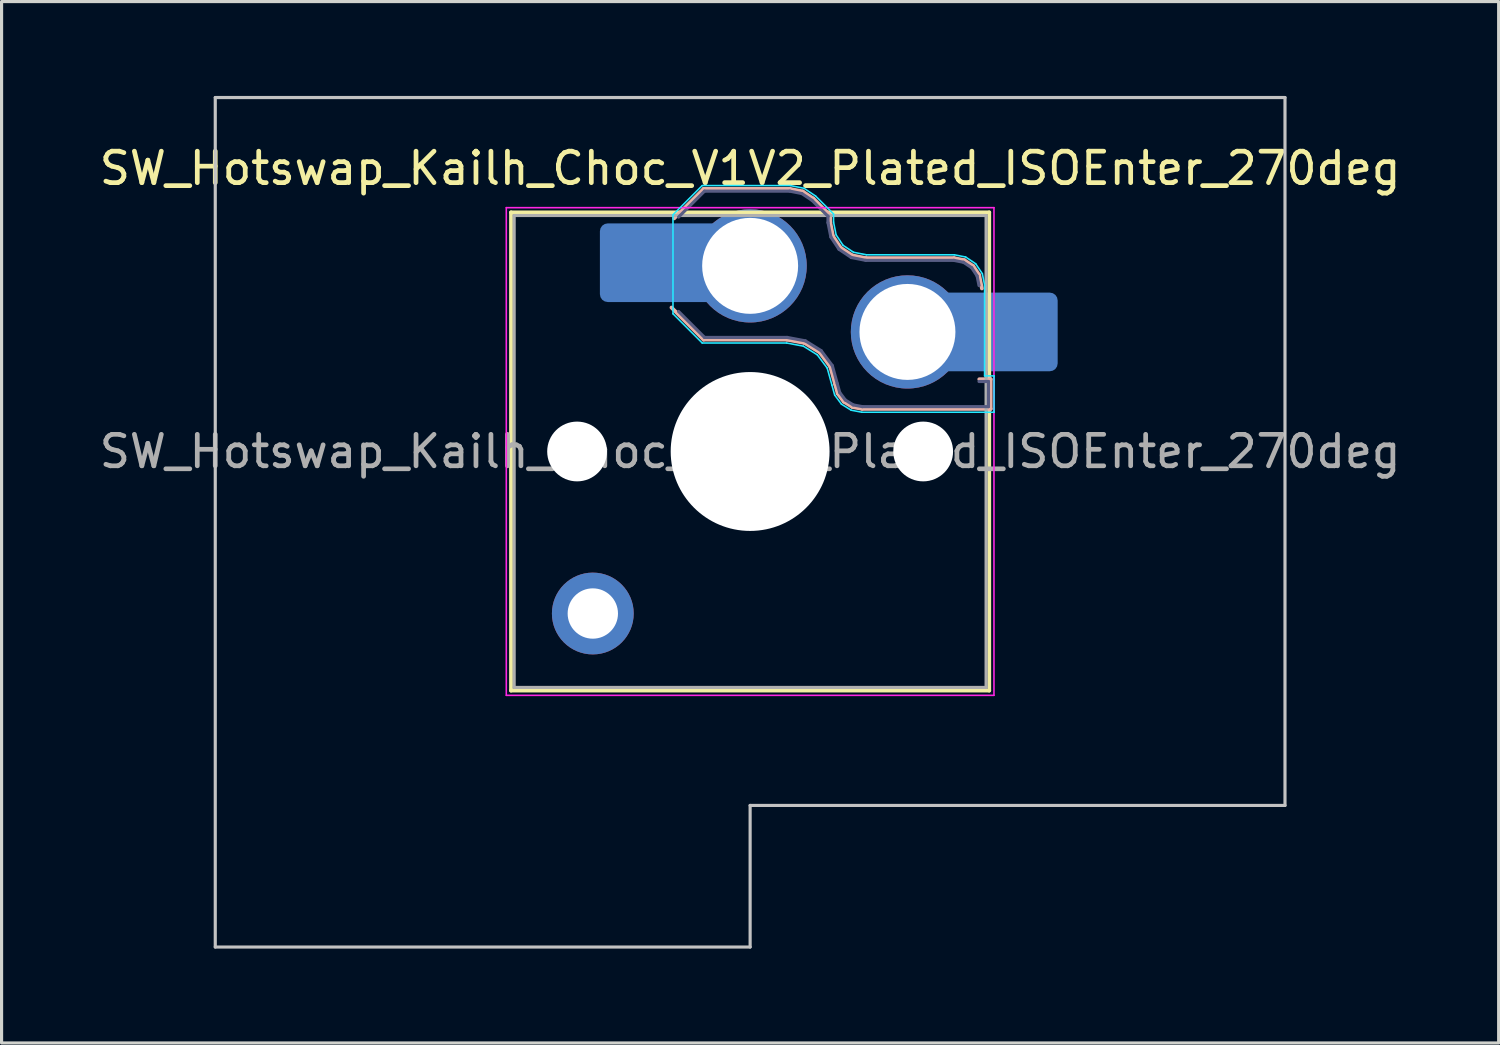
<source format=kicad_pcb>
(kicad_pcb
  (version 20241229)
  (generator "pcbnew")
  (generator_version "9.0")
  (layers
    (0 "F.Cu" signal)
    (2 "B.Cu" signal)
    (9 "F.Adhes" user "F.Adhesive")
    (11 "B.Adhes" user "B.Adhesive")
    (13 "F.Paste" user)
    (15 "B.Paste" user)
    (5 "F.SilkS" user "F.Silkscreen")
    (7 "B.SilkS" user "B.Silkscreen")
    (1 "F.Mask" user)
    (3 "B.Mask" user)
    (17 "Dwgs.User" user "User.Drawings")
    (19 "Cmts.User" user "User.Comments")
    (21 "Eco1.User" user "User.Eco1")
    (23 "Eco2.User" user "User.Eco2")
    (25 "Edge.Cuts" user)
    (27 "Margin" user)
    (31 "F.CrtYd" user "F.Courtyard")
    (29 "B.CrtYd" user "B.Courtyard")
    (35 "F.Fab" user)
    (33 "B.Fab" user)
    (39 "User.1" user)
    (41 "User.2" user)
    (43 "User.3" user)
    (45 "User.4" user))
  (footprint "SW_Hotswap_Kailh_Choc_V1V2_Plated_ISOEnter_270deg"
    (layer "F.Cu")
    (at 20.792 11.3)
    (property "Reference" "SW_Hotswap_Kailh_Choc_V1V2_Plated_ISOEnter_270deg" (at 0 -9 0) (layer "F.SilkS") (effects (font (size 1 1) (thickness 0.15))))
    (attr smd)
    (fp_line (start -7.6 -7.6) (end -7.6 7.6) (stroke (width 0.12) (type solid)) (layer "F.SilkS"))
    (fp_line (start -7.6 7.6) (end 7.6 7.6) (stroke (width 0.12) (type solid)) (layer "F.SilkS"))
    (fp_line (start 7.6 -7.6) (end -7.6 -7.6) (stroke (width 0.12) (type solid)) (layer "F.SilkS"))
    (fp_line (start 7.6 7.6) (end 7.6 -7.6) (stroke (width 0.12) (type solid)) (layer "F.SilkS"))
    (fp_line (start -2.416 -7.409) (end -1.479 -8.346) (stroke (width 0.12) (type solid)) (layer "B.SilkS"))
    (fp_line (start -1.479 -8.346) (end 1.268 -8.346) (stroke (width 0.12) (type solid)) (layer "B.SilkS"))
    (fp_line (start -1.479 -3.554) (end -2.5 -4.575) (stroke (width 0.12) (type solid)) (layer "B.SilkS"))
    (fp_line (start 1.168 -3.554) (end -1.479 -3.554) (stroke (width 0.12) (type solid)) (layer "B.SilkS"))
    (fp_line (start 1.268 -8.346) (end 1.671 -8.266) (stroke (width 0.12) (type solid)) (layer "B.SilkS"))
    (fp_line (start 1.671 -8.266) (end 2.013 -8.037) (stroke (width 0.12) (type solid)) (layer "B.SilkS"))
    (fp_line (start 1.73 -3.449) (end 1.168 -3.554) (stroke (width 0.12) (type solid)) (layer "B.SilkS"))
    (fp_line (start 2.013 -8.037) (end 2.546 -7.504) (stroke (width 0.12) (type solid)) (layer "B.SilkS"))
    (fp_line (start 2.209 -3.15) (end 1.73 -3.449) (stroke (width 0.12) (type solid)) (layer "B.SilkS"))
    (fp_line (start 2.546 -7.504) (end 2.546 -7.282) (stroke (width 0.12) (type solid)) (layer "B.SilkS"))
    (fp_line (start 2.546 -7.282) (end 2.633 -6.844) (stroke (width 0.12) (type solid)) (layer "B.SilkS"))
    (fp_line (start 2.547 -2.697) (end 2.209 -3.15) (stroke (width 0.12) (type solid)) (layer "B.SilkS"))
    (fp_line (start 2.633 -6.844) (end 2.877 -6.477) (stroke (width 0.12) (type solid)) (layer "B.SilkS"))
    (fp_line (start 2.701 -2.139) (end 2.547 -2.697) (stroke (width 0.12) (type solid)) (layer "B.SilkS"))
    (fp_line (start 2.783 -1.841) (end 2.701 -2.139) (stroke (width 0.12) (type solid)) (layer "B.SilkS"))
    (fp_line (start 2.877 -6.477) (end 3.244 -6.233) (stroke (width 0.12) (type solid)) (layer "B.SilkS"))
    (fp_line (start 2.976 -1.583) (end 2.783 -1.841) (stroke (width 0.12) (type solid)) (layer "B.SilkS"))
    (fp_line (start 3.244 -6.233) (end 3.682 -6.146) (stroke (width 0.12) (type solid)) (layer "B.SilkS"))
    (fp_line (start 3.25 -1.413) (end 2.976 -1.583) (stroke (width 0.12) (type solid)) (layer "B.SilkS"))
    (fp_line (start 3.56 -1.354) (end 3.25 -1.413) (stroke (width 0.12) (type solid)) (layer "B.SilkS"))
    (fp_line (start 3.682 -6.146) (end 6.482 -6.146) (stroke (width 0.12) (type solid)) (layer "B.SilkS"))
    (fp_line (start 6.482 -6.146) (end 6.809 -6.081) (stroke (width 0.12) (type solid)) (layer "B.SilkS"))
    (fp_line (start 6.809 -6.081) (end 7.092 -5.892) (stroke (width 0.12) (type solid)) (layer "B.SilkS"))
    (fp_line (start 7.092 -5.892) (end 7.281 -5.609) (stroke (width 0.12) (type solid)) (layer "B.SilkS"))
    (fp_line (start 7.281 -5.609) (end 7.366 -5.182) (stroke (width 0.12) (type solid)) (layer "B.SilkS"))
    (fp_line (start 7.283 -2.296) (end 7.646 -2.296) (stroke (width 0.12) (type solid)) (layer "B.SilkS"))
    (fp_line (start 7.646 -2.296) (end 7.646 -1.354) (stroke (width 0.12) (type solid)) (layer "B.SilkS"))
    (fp_line (start 7.646 -1.354) (end 3.56 -1.354) (stroke (width 0.12) (type solid)) (layer "B.SilkS"))
    (fp_line (start -17 -11.25) (end -17 15.75) (stroke (width 0.1) (type solid)) (layer "Dwgs.User"))
    (fp_line (start -17 15.75) (end 0 15.75) (stroke (width 0.1) (type solid)) (layer "Dwgs.User"))
    (fp_line (start 0 11.25) (end 17 11.25) (stroke (width 0.1) (type solid)) (layer "Dwgs.User"))
    (fp_line (start 0 15.75) (end 0 11.25) (stroke (width 0.1) (type solid)) (layer "Dwgs.User"))
    (fp_line (start 17 -11.25) (end -17 -11.25) (stroke (width 0.1) (type solid)) (layer "Dwgs.User"))
    (fp_line (start 17 11.25) (end 17 -11.25) (stroke (width 0.1) (type solid)) (layer "Dwgs.User"))
    (fp_line (start -7.25 -7.25) (end -7.25 7.25) (stroke (width 0.1) (type solid)) (layer "Eco1.User"))
    (fp_line (start -7.25 7.25) (end 7.25 7.25) (stroke (width 0.1) (type solid)) (layer "Eco1.User"))
    (fp_line (start 7.25 -7.25) (end -7.25 -7.25) (stroke (width 0.1) (type solid)) (layer "Eco1.User"))
    (fp_line (start 7.25 7.25) (end 7.25 -7.25) (stroke (width 0.1) (type solid)) (layer "Eco1.User"))
    (fp_line (start -2.452 -7.523) (end -1.523 -8.452) (stroke (width 0.05) (type solid)) (layer "B.CrtYd"))
    (fp_line (start -2.452 -4.377) (end -2.452 -7.523) (stroke (width 0.05) (type solid)) (layer "B.CrtYd"))
    (fp_line (start -1.523 -8.452) (end 1.278 -8.452) (stroke (width 0.05) (type solid)) (layer "B.CrtYd"))
    (fp_line (start -1.523 -3.448) (end -2.452 -4.377) (stroke (width 0.05) (type solid)) (layer "B.CrtYd"))
    (fp_line (start 1.159 -3.448) (end -1.523 -3.448) (stroke (width 0.05) (type solid)) (layer "B.CrtYd"))
    (fp_line (start 1.278 -8.452) (end 1.712 -8.366) (stroke (width 0.05) (type solid)) (layer "B.CrtYd"))
    (fp_line (start 1.691 -3.348) (end 1.159 -3.448) (stroke (width 0.05) (type solid)) (layer "B.CrtYd"))
    (fp_line (start 1.712 -8.366) (end 2.081 -8.119) (stroke (width 0.05) (type solid)) (layer "B.CrtYd"))
    (fp_line (start 2.081 -8.119) (end 2.652 -7.548) (stroke (width 0.05) (type solid)) (layer "B.CrtYd"))
    (fp_line (start 2.136 -3.071) (end 1.691 -3.348) (stroke (width 0.05) (type solid)) (layer "B.CrtYd"))
    (fp_line (start 2.45 -2.65) (end 2.136 -3.071) (stroke (width 0.05) (type solid)) (layer "B.CrtYd"))
    (fp_line (start 2.599 -2.111) (end 2.45 -2.65) (stroke (width 0.05) (type solid)) (layer "B.CrtYd"))
    (fp_line (start 2.652 -7.548) (end 2.652 -7.292) (stroke (width 0.05) (type solid)) (layer "B.CrtYd"))
    (fp_line (start 2.652 -7.292) (end 2.733 -6.885) (stroke (width 0.05) (type solid)) (layer "B.CrtYd"))
    (fp_line (start 2.687 -1.794) (end 2.599 -2.111) (stroke (width 0.05) (type solid)) (layer "B.CrtYd"))
    (fp_line (start 2.733 -6.885) (end 2.953 -6.553) (stroke (width 0.05) (type solid)) (layer "B.CrtYd"))
    (fp_line (start 2.903 -1.503) (end 2.687 -1.794) (stroke (width 0.05) (type solid)) (layer "B.CrtYd"))
    (fp_line (start 2.953 -6.553) (end 3.285 -6.333) (stroke (width 0.05) (type solid)) (layer "B.CrtYd"))
    (fp_line (start 3.211 -1.312) (end 2.903 -1.503) (stroke (width 0.05) (type solid)) (layer "B.CrtYd"))
    (fp_line (start 3.285 -6.333) (end 3.692 -6.252) (stroke (width 0.05) (type solid)) (layer "B.CrtYd"))
    (fp_line (start 3.55 -1.248) (end 3.211 -1.312) (stroke (width 0.05) (type solid)) (layer "B.CrtYd"))
    (fp_line (start 3.692 -6.252) (end 6.492 -6.252) (stroke (width 0.05) (type solid)) (layer "B.CrtYd"))
    (fp_line (start 6.492 -6.252) (end 6.85 -6.181) (stroke (width 0.05) (type solid)) (layer "B.CrtYd"))
    (fp_line (start 6.85 -6.181) (end 7.168 -5.968) (stroke (width 0.05) (type solid)) (layer "B.CrtYd"))
    (fp_line (start 7.168 -5.968) (end 7.381 -5.65) (stroke (width 0.05) (type solid)) (layer "B.CrtYd"))
    (fp_line (start 7.381 -5.65) (end 7.452 -5.292) (stroke (width 0.05) (type solid)) (layer "B.CrtYd"))
    (fp_line (start 7.452 -5.292) (end 7.452 -2.402) (stroke (width 0.05) (type solid)) (layer "B.CrtYd"))
    (fp_line (start 7.452 -2.402) (end 7.752 -2.402) (stroke (width 0.05) (type solid)) (layer "B.CrtYd"))
    (fp_line (start 7.752 -2.402) (end 7.752 -1.248) (stroke (width 0.05) (type solid)) (layer "B.CrtYd"))
    (fp_line (start 7.752 -1.248) (end 3.55 -1.248) (stroke (width 0.05) (type solid)) (layer "B.CrtYd"))
    (fp_line (start -7.75 -7.75) (end -7.75 7.75) (stroke (width 0.05) (type solid)) (layer "F.CrtYd"))
    (fp_line (start -7.75 7.75) (end 7.75 7.75) (stroke (width 0.05) (type solid)) (layer "F.CrtYd"))
    (fp_line (start 7.75 -7.75) (end -7.75 -7.75) (stroke (width 0.05) (type solid)) (layer "F.CrtYd"))
    (fp_line (start 7.75 7.75) (end 7.75 -7.75) (stroke (width 0.05) (type solid)) (layer "F.CrtYd"))
    (fp_line (start -2.275 -7.45) (end -1.45 -8.275) (stroke (width 0.1) (type solid)) (layer "B.Fab"))
    (fp_line (start -1.45 -8.275) (end 1.261 -8.275) (stroke (width 0.1) (type solid)) (layer "B.Fab"))
    (fp_line (start -1.45 -3.625) (end -2.275 -4.45) (stroke (width 0.1) (type solid)) (layer "B.Fab"))
    (fp_line (start 1.175 -3.625) (end -1.45 -3.625) (stroke (width 0.1) (type solid)) (layer "B.Fab"))
    (fp_line (start 1.261 -8.275) (end 1.643 -8.199) (stroke (width 0.1) (type solid)) (layer "B.Fab"))
    (fp_line (start 1.643 -8.199) (end 1.968 -7.982) (stroke (width 0.1) (type solid)) (layer "B.Fab"))
    (fp_line (start 1.756 -3.516) (end 1.175 -3.625) (stroke (width 0.1) (type solid)) (layer "B.Fab"))
    (fp_line (start 1.968 -7.982) (end 2.475 -7.475) (stroke (width 0.1) (type solid)) (layer "B.Fab"))
    (fp_line (start 2.258 -3.203) (end 1.756 -3.516) (stroke (width 0.1) (type solid)) (layer "B.Fab"))
    (fp_line (start 2.475 -7.475) (end 2.475 -7.275) (stroke (width 0.1) (type solid)) (layer "B.Fab"))
    (fp_line (start 2.475 -7.275) (end 2.566 -6.816) (stroke (width 0.1) (type solid)) (layer "B.Fab"))
    (fp_line (start 2.566 -6.816) (end 2.826 -6.426) (stroke (width 0.1) (type solid)) (layer "B.Fab"))
    (fp_line (start 2.612 -2.729) (end 2.258 -3.203) (stroke (width 0.1) (type solid)) (layer "B.Fab"))
    (fp_line (start 2.769 -2.158) (end 2.612 -2.729) (stroke (width 0.1) (type solid)) (layer "B.Fab"))
    (fp_line (start 2.826 -6.426) (end 3.216 -6.166) (stroke (width 0.1) (type solid)) (layer "B.Fab"))
    (fp_line (start 2.848 -1.873) (end 2.769 -2.158) (stroke (width 0.1) (type solid)) (layer "B.Fab"))
    (fp_line (start 3.025 -1.636) (end 2.848 -1.873) (stroke (width 0.1) (type solid)) (layer "B.Fab"))
    (fp_line (start 3.216 -6.166) (end 3.675 -6.075) (stroke (width 0.1) (type solid)) (layer "B.Fab"))
    (fp_line (start 3.276 -1.48) (end 3.025 -1.636) (stroke (width 0.1) (type solid)) (layer "B.Fab"))
    (fp_line (start 3.567 -1.425) (end 3.276 -1.48) (stroke (width 0.1) (type solid)) (layer "B.Fab"))
    (fp_line (start 3.675 -6.075) (end 6.475 -6.075) (stroke (width 0.1) (type solid)) (layer "B.Fab"))
    (fp_line (start 6.475 -6.075) (end 6.781 -6.014) (stroke (width 0.1) (type solid)) (layer "B.Fab"))
    (fp_line (start 6.781 -6.014) (end 7.041 -5.841) (stroke (width 0.1) (type solid)) (layer "B.Fab"))
    (fp_line (start 7.041 -5.841) (end 7.214 -5.581) (stroke (width 0.1) (type solid)) (layer "B.Fab"))
    (fp_line (start 7.214 -5.581) (end 7.275 -5.275) (stroke (width 0.1) (type solid)) (layer "B.Fab"))
    (fp_line (start 7.275 -2.225) (end 7.575 -2.225) (stroke (width 0.1) (type solid)) (layer "B.Fab"))
    (fp_line (start 7.575 -2.225) (end 7.575 -1.425) (stroke (width 0.1) (type solid)) (layer "B.Fab"))
    (fp_line (start 7.575 -1.425) (end 3.567 -1.425) (stroke (width 0.1) (type solid)) (layer "B.Fab"))
    (fp_line (start -7.5 -7.5) (end -7.5 7.5) (stroke (width 0.1) (type solid)) (layer "F.Fab"))
    (fp_line (start -7.5 7.5) (end 7.5 7.5) (stroke (width 0.1) (type solid)) (layer "F.Fab"))
    (fp_line (start 7.5 -7.5) (end -7.5 -7.5) (stroke (width 0.1) (type solid)) (layer "F.Fab"))
    (fp_line (start 7.5 7.5) (end 7.5 -7.5) (stroke (width 0.1) (type solid)) (layer "F.Fab"))
    (fp_text user "${REFERENCE}" (at 0 0 0) (layer "F.Fab") (effects (font (size 1 1) (thickness 0.15))))
    (pad "" np_thru_hole circle (at -5.5 0) (size 1.9 1.9) (drill 1.9) (layers "*.Cu" "*.Mask"))
    (pad "" thru_hole circle (at -5 5.15) (size 2.6 2.6) (drill 1.6) (layers "*.Cu" "*.Mask"))
    (pad "" smd roundrect (at -3.5 -6) (size 2.55 2.5) (layers "B.Mask" "B.Paste") (roundrect_rratio 0.1))
    (pad "" np_thru_hole circle (at 0 0) (size 5.05 5.05) (drill 5.05) (layers "*.Cu" "*.Mask"))
    (pad "" np_thru_hole circle (at 5.5 0) (size 1.9 1.9) (drill 1.9) (layers "*.Cu" "*.Mask"))
    (pad "" smd roundrect (at 8.5 -3.8) (size 2.55 2.5) (layers "B.Mask" "B.Paste") (roundrect_rratio 0.1))
    (pad "1" smd roundrect (at -2.85 -6) (size 3.85 2.5) (layers "B.Cu") (roundrect_rratio 0.1))
    (pad "1" thru_hole circle (at 0 -5.9) (size 3.6 3.6) (drill 3.05) (layers "*.Cu" "*.Mask"))
    (pad "2" thru_hole circle (at 5 -3.8) (size 3.6 3.6) (drill 3.05) (layers "*.Cu" "*.Mask"))
    (pad "2" smd roundrect (at 7.85 -3.8) (size 3.85 2.5) (layers "B.Cu") (roundrect_rratio 0.1)))
  (gr_rect
    (start -3 -3)
    (end 44.583 30.1)
    (stroke (width 0.1) (type default))
    (fill no)
    (layer "Edge.Cuts")))
</source>
